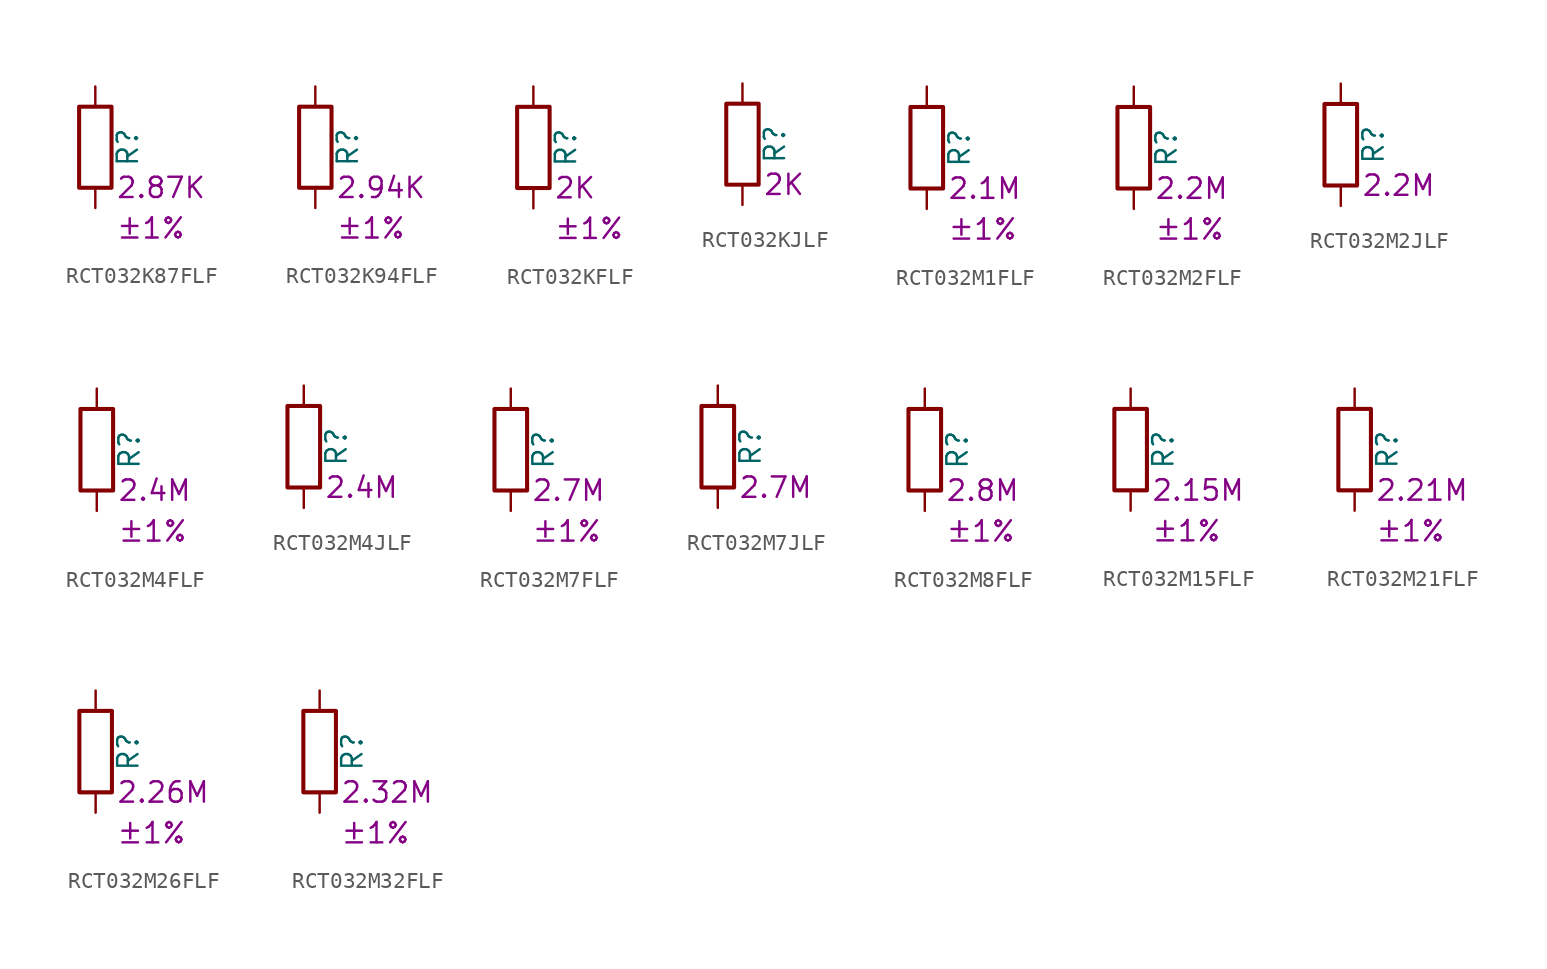
<source format=kicad_sym>
(kicad_symbol_lib
  (version 20220914)
  (generator kicad_symbol_editor)
  (symbol "RCT032K87FLF"
    (pin_numbers hide)
    (pin_names
      (offset 0))
    (property "Reference" "R"
      (at 2.032 0 90)
      (effects (font (size 1.27 1.27))))
    (property "Resistance" "2.87K"
      (at 1.27 -2.54 0)
      (effects (font (size 1.27 1.27)) (justify left)))
    (property "Tolerance" "±1%"
      (at 1.27 -5.08 0)
      (effects (font (size 1.27 1.27)) (justify left)))
    (symbol "RCT032K87FLF_0_1"
      (rectangle (start -1.016 -2.54) (end 1.016 2.54) (stroke (width 0.254) (type default)) (fill (type none))))
    (symbol "RCT032K87FLF_1_1"
      (pin passive line (at 0 3.81 270) (length 1.27) (name "~" (effects (font (size 1.27 1.27)))) (number "1" (effects (font (size 1.27 1.27)))))
      (pin passive line (at 0 -3.81 90) (length 1.27) (name "~" (effects (font (size 1.27 1.27)))) (number "2" (effects (font (size 1.27 1.27)))))))
  (symbol "RCT032K94FLF"
    (pin_numbers hide)
    (pin_names
      (offset 0))
    (property "Reference" "R"
      (at 2.032 0 90)
      (effects (font (size 1.27 1.27))))
    (property "Resistance" "2.94K"
      (at 1.27 -2.54 0)
      (effects (font (size 1.27 1.27)) (justify left)))
    (property "Tolerance" "±1%"
      (at 1.27 -5.08 0)
      (effects (font (size 1.27 1.27)) (justify left)))
    (symbol "RCT032K94FLF_0_1"
      (rectangle (start -1.016 -2.54) (end 1.016 2.54) (stroke (width 0.254) (type default)) (fill (type none))))
    (symbol "RCT032K94FLF_1_1"
      (pin passive line (at 0 3.81 270) (length 1.27) (name "~" (effects (font (size 1.27 1.27)))) (number "1" (effects (font (size 1.27 1.27)))))
      (pin passive line (at 0 -3.81 90) (length 1.27) (name "~" (effects (font (size 1.27 1.27)))) (number "2" (effects (font (size 1.27 1.27)))))))
  (symbol "RCT032KFLF"
    (pin_numbers hide)
    (pin_names
      (offset 0))
    (property "Reference" "R"
      (at 2.032 0 90)
      (effects (font (size 1.27 1.27))))
    (property "Resistance" "2K"
      (at 1.27 -2.54 0)
      (effects (font (size 1.27 1.27)) (justify left)))
    (property "Tolerance" "±1%"
      (at 1.27 -5.08 0)
      (effects (font (size 1.27 1.27)) (justify left)))
    (symbol "RCT032KFLF_0_1"
      (rectangle (start -1.016 -2.54) (end 1.016 2.54) (stroke (width 0.254) (type default)) (fill (type none))))
    (symbol "RCT032KFLF_1_1"
      (pin passive line (at 0 3.81 270) (length 1.27) (name "~" (effects (font (size 1.27 1.27)))) (number "1" (effects (font (size 1.27 1.27)))))
      (pin passive line (at 0 -3.81 90) (length 1.27) (name "~" (effects (font (size 1.27 1.27)))) (number "2" (effects (font (size 1.27 1.27)))))))
  (symbol "RCT032KJLF"
    (pin_numbers hide)
    (pin_names
      (offset 0))
    (property "Reference" "R"
      (at 2.032 0 90)
      (effects (font (size 1.27 1.27))))
    (property "Resistance" "2K"
      (at 1.27 -2.54 0)
      (effects (font (size 1.27 1.27)) (justify left)))
    (symbol "RCT032KJLF_0_1"
      (rectangle (start -1.016 -2.54) (end 1.016 2.54) (stroke (width 0.254) (type default)) (fill (type none))))
    (symbol "RCT032KJLF_1_1"
      (pin passive line (at 0 3.81 270) (length 1.27) (name "~" (effects (font (size 1.27 1.27)))) (number "1" (effects (font (size 1.27 1.27)))))
      (pin passive line (at 0 -3.81 90) (length 1.27) (name "~" (effects (font (size 1.27 1.27)))) (number "2" (effects (font (size 1.27 1.27)))))))
  (symbol "RCT032M1FLF"
    (pin_numbers hide)
    (pin_names
      (offset 0))
    (property "Reference" "R"
      (at 2.032 0 90)
      (effects (font (size 1.27 1.27))))
    (property "Resistance" "2.1M"
      (at 1.27 -2.54 0)
      (effects (font (size 1.27 1.27)) (justify left)))
    (property "Tolerance" "±1%"
      (at 1.27 -5.08 0)
      (effects (font (size 1.27 1.27)) (justify left)))
    (symbol "RCT032M1FLF_0_1"
      (rectangle (start -1.016 -2.54) (end 1.016 2.54) (stroke (width 0.254) (type default)) (fill (type none))))
    (symbol "RCT032M1FLF_1_1"
      (pin passive line (at 0 3.81 270) (length 1.27) (name "~" (effects (font (size 1.27 1.27)))) (number "1" (effects (font (size 1.27 1.27)))))
      (pin passive line (at 0 -3.81 90) (length 1.27) (name "~" (effects (font (size 1.27 1.27)))) (number "2" (effects (font (size 1.27 1.27)))))))
  (symbol "RCT032M2FLF"
    (pin_numbers hide)
    (pin_names
      (offset 0))
    (property "Reference" "R"
      (at 2.032 0 90)
      (effects (font (size 1.27 1.27))))
    (property "Resistance" "2.2M"
      (at 1.27 -2.54 0)
      (effects (font (size 1.27 1.27)) (justify left)))
    (property "Tolerance" "±1%"
      (at 1.27 -5.08 0)
      (effects (font (size 1.27 1.27)) (justify left)))
    (symbol "RCT032M2FLF_0_1"
      (rectangle (start -1.016 -2.54) (end 1.016 2.54) (stroke (width 0.254) (type default)) (fill (type none))))
    (symbol "RCT032M2FLF_1_1"
      (pin passive line (at 0 3.81 270) (length 1.27) (name "~" (effects (font (size 1.27 1.27)))) (number "1" (effects (font (size 1.27 1.27)))))
      (pin passive line (at 0 -3.81 90) (length 1.27) (name "~" (effects (font (size 1.27 1.27)))) (number "2" (effects (font (size 1.27 1.27)))))))
  (symbol "RCT032M2JLF"
    (pin_numbers hide)
    (pin_names
      (offset 0))
    (property "Reference" "R"
      (at 2.032 0 90)
      (effects (font (size 1.27 1.27))))
    (property "Resistance" "2.2M"
      (at 1.27 -2.54 0)
      (effects (font (size 1.27 1.27)) (justify left)))
    (symbol "RCT032M2JLF_0_1"
      (rectangle (start -1.016 -2.54) (end 1.016 2.54) (stroke (width 0.254) (type default)) (fill (type none))))
    (symbol "RCT032M2JLF_1_1"
      (pin passive line (at 0 3.81 270) (length 1.27) (name "~" (effects (font (size 1.27 1.27)))) (number "1" (effects (font (size 1.27 1.27)))))
      (pin passive line (at 0 -3.81 90) (length 1.27) (name "~" (effects (font (size 1.27 1.27)))) (number "2" (effects (font (size 1.27 1.27)))))))
  (symbol "RCT032M4FLF"
    (pin_numbers hide)
    (pin_names
      (offset 0))
    (property "Reference" "R"
      (at 2.032 0 90)
      (effects (font (size 1.27 1.27))))
    (property "Resistance" "2.4M"
      (at 1.27 -2.54 0)
      (effects (font (size 1.27 1.27)) (justify left)))
    (property "Tolerance" "±1%"
      (at 1.27 -5.08 0)
      (effects (font (size 1.27 1.27)) (justify left)))
    (symbol "RCT032M4FLF_0_1"
      (rectangle (start -1.016 -2.54) (end 1.016 2.54) (stroke (width 0.254) (type default)) (fill (type none))))
    (symbol "RCT032M4FLF_1_1"
      (pin passive line (at 0 3.81 270) (length 1.27) (name "~" (effects (font (size 1.27 1.27)))) (number "1" (effects (font (size 1.27 1.27)))))
      (pin passive line (at 0 -3.81 90) (length 1.27) (name "~" (effects (font (size 1.27 1.27)))) (number "2" (effects (font (size 1.27 1.27)))))))
  (symbol "RCT032M4JLF"
    (pin_numbers hide)
    (pin_names
      (offset 0))
    (property "Reference" "R"
      (at 2.032 0 90)
      (effects (font (size 1.27 1.27))))
    (property "Resistance" "2.4M"
      (at 1.27 -2.54 0)
      (effects (font (size 1.27 1.27)) (justify left)))
    (symbol "RCT032M4JLF_0_1"
      (rectangle (start -1.016 -2.54) (end 1.016 2.54) (stroke (width 0.254) (type default)) (fill (type none))))
    (symbol "RCT032M4JLF_1_1"
      (pin passive line (at 0 3.81 270) (length 1.27) (name "~" (effects (font (size 1.27 1.27)))) (number "1" (effects (font (size 1.27 1.27)))))
      (pin passive line (at 0 -3.81 90) (length 1.27) (name "~" (effects (font (size 1.27 1.27)))) (number "2" (effects (font (size 1.27 1.27)))))))
  (symbol "RCT032M7FLF"
    (pin_numbers hide)
    (pin_names
      (offset 0))
    (property "Reference" "R"
      (at 2.032 0 90)
      (effects (font (size 1.27 1.27))))
    (property "Resistance" "2.7M"
      (at 1.27 -2.54 0)
      (effects (font (size 1.27 1.27)) (justify left)))
    (property "Tolerance" "±1%"
      (at 1.27 -5.08 0)
      (effects (font (size 1.27 1.27)) (justify left)))
    (symbol "RCT032M7FLF_0_1"
      (rectangle (start -1.016 -2.54) (end 1.016 2.54) (stroke (width 0.254) (type default)) (fill (type none))))
    (symbol "RCT032M7FLF_1_1"
      (pin passive line (at 0 3.81 270) (length 1.27) (name "~" (effects (font (size 1.27 1.27)))) (number "1" (effects (font (size 1.27 1.27)))))
      (pin passive line (at 0 -3.81 90) (length 1.27) (name "~" (effects (font (size 1.27 1.27)))) (number "2" (effects (font (size 1.27 1.27)))))))
  (symbol "RCT032M7JLF"
    (pin_numbers hide)
    (pin_names
      (offset 0))
    (property "Reference" "R"
      (at 2.032 0 90)
      (effects (font (size 1.27 1.27))))
    (property "Resistance" "2.7M"
      (at 1.27 -2.54 0)
      (effects (font (size 1.27 1.27)) (justify left)))
    (symbol "RCT032M7JLF_0_1"
      (rectangle (start -1.016 -2.54) (end 1.016 2.54) (stroke (width 0.254) (type default)) (fill (type none))))
    (symbol "RCT032M7JLF_1_1"
      (pin passive line (at 0 3.81 270) (length 1.27) (name "~" (effects (font (size 1.27 1.27)))) (number "1" (effects (font (size 1.27 1.27)))))
      (pin passive line (at 0 -3.81 90) (length 1.27) (name "~" (effects (font (size 1.27 1.27)))) (number "2" (effects (font (size 1.27 1.27)))))))
  (symbol "RCT032M8FLF"
    (pin_numbers hide)
    (pin_names
      (offset 0))
    (property "Reference" "R"
      (at 2.032 0 90)
      (effects (font (size 1.27 1.27))))
    (property "Resistance" "2.8M"
      (at 1.27 -2.54 0)
      (effects (font (size 1.27 1.27)) (justify left)))
    (property "Tolerance" "±1%"
      (at 1.27 -5.08 0)
      (effects (font (size 1.27 1.27)) (justify left)))
    (symbol "RCT032M8FLF_0_1"
      (rectangle (start -1.016 -2.54) (end 1.016 2.54) (stroke (width 0.254) (type default)) (fill (type none))))
    (symbol "RCT032M8FLF_1_1"
      (pin passive line (at 0 3.81 270) (length 1.27) (name "~" (effects (font (size 1.27 1.27)))) (number "1" (effects (font (size 1.27 1.27)))))
      (pin passive line (at 0 -3.81 90) (length 1.27) (name "~" (effects (font (size 1.27 1.27)))) (number "2" (effects (font (size 1.27 1.27)))))))
  (symbol "RCT032M15FLF"
    (pin_numbers hide)
    (pin_names
      (offset 0))
    (property "Reference" "R"
      (at 2.032 0 90)
      (effects (font (size 1.27 1.27))))
    (property "Resistance" "2.15M"
      (at 1.27 -2.54 0)
      (effects (font (size 1.27 1.27)) (justify left)))
    (property "Tolerance" "±1%"
      (at 1.27 -5.08 0)
      (effects (font (size 1.27 1.27)) (justify left)))
    (symbol "RCT032M15FLF_0_1"
      (rectangle (start -1.016 -2.54) (end 1.016 2.54) (stroke (width 0.254) (type default)) (fill (type none))))
    (symbol "RCT032M15FLF_1_1"
      (pin passive line (at 0 3.81 270) (length 1.27) (name "~" (effects (font (size 1.27 1.27)))) (number "1" (effects (font (size 1.27 1.27)))))
      (pin passive line (at 0 -3.81 90) (length 1.27) (name "~" (effects (font (size 1.27 1.27)))) (number "2" (effects (font (size 1.27 1.27)))))))
  (symbol "RCT032M21FLF"
    (pin_numbers hide)
    (pin_names
      (offset 0))
    (property "Reference" "R"
      (at 2.032 0 90)
      (effects (font (size 1.27 1.27))))
    (property "Resistance" "2.21M"
      (at 1.27 -2.54 0)
      (effects (font (size 1.27 1.27)) (justify left)))
    (property "Tolerance" "±1%"
      (at 1.27 -5.08 0)
      (effects (font (size 1.27 1.27)) (justify left)))
    (symbol "RCT032M21FLF_0_1"
      (rectangle (start -1.016 -2.54) (end 1.016 2.54) (stroke (width 0.254) (type default)) (fill (type none))))
    (symbol "RCT032M21FLF_1_1"
      (pin passive line (at 0 3.81 270) (length 1.27) (name "~" (effects (font (size 1.27 1.27)))) (number "1" (effects (font (size 1.27 1.27)))))
      (pin passive line (at 0 -3.81 90) (length 1.27) (name "~" (effects (font (size 1.27 1.27)))) (number "2" (effects (font (size 1.27 1.27)))))))
  (symbol "RCT032M26FLF"
    (pin_numbers hide)
    (pin_names
      (offset 0))
    (property "Reference" "R"
      (at 2.032 0 90)
      (effects (font (size 1.27 1.27))))
    (property "Resistance" "2.26M"
      (at 1.27 -2.54 0)
      (effects (font (size 1.27 1.27)) (justify left)))
    (property "Tolerance" "±1%"
      (at 1.27 -5.08 0)
      (effects (font (size 1.27 1.27)) (justify left)))
    (symbol "RCT032M26FLF_0_1"
      (rectangle (start -1.016 -2.54) (end 1.016 2.54) (stroke (width 0.254) (type default)) (fill (type none))))
    (symbol "RCT032M26FLF_1_1"
      (pin passive line (at 0 3.81 270) (length 1.27) (name "~" (effects (font (size 1.27 1.27)))) (number "1" (effects (font (size 1.27 1.27)))))
      (pin passive line (at 0 -3.81 90) (length 1.27) (name "~" (effects (font (size 1.27 1.27)))) (number "2" (effects (font (size 1.27 1.27)))))))
  (symbol "RCT032M32FLF"
    (pin_numbers hide)
    (pin_names
      (offset 0))
    (property "Reference" "R"
      (at 2.032 0 90)
      (effects (font (size 1.27 1.27))))
    (property "Resistance" "2.32M"
      (at 1.27 -2.54 0)
      (effects (font (size 1.27 1.27)) (justify left)))
    (property "Tolerance" "±1%"
      (at 1.27 -5.08 0)
      (effects (font (size 1.27 1.27)) (justify left)))
    (symbol "RCT032M32FLF_0_1"
      (rectangle (start -1.016 -2.54) (end 1.016 2.54) (stroke (width 0.254) (type default)) (fill (type none))))
    (symbol "RCT032M32FLF_1_1"
      (pin passive line (at 0 3.81 270) (length 1.27) (name "~" (effects (font (size 1.27 1.27)))) (number "1" (effects (font (size 1.27 1.27)))))
      (pin passive line (at 0 -3.81 90) (length 1.27) (name "~" (effects (font (size 1.27 1.27)))) (number "2" (effects (font (size 1.27 1.27))))))))
</source>
